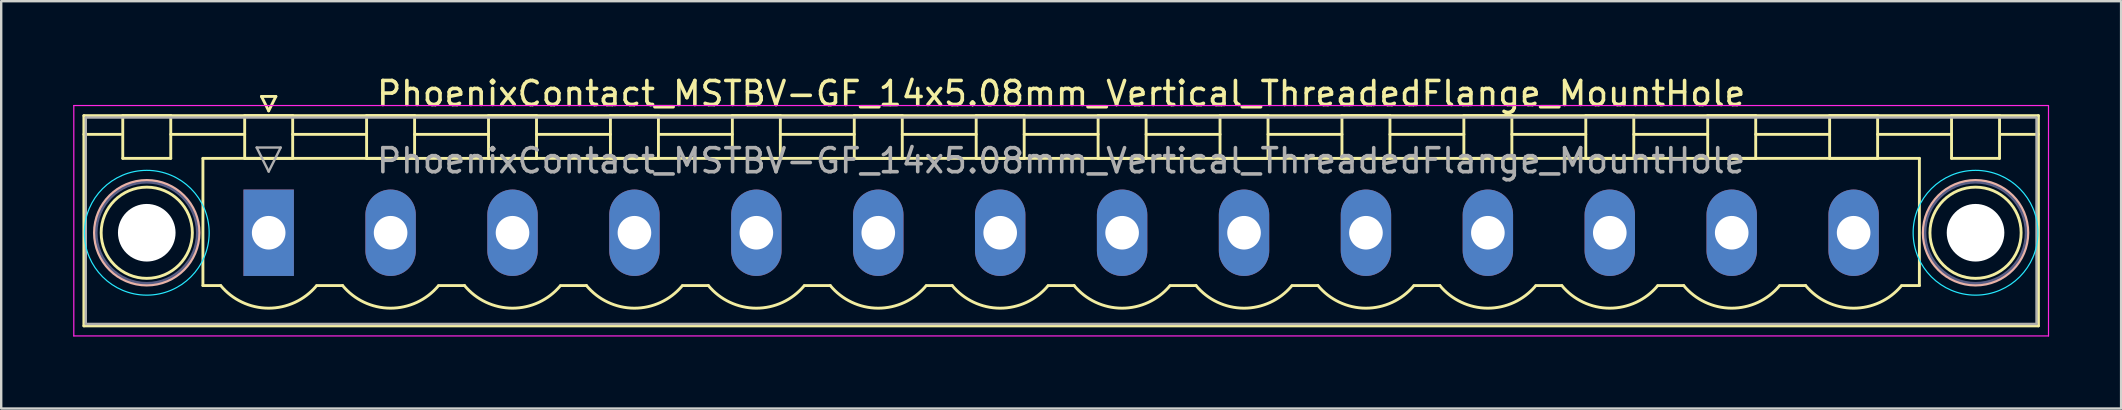
<source format=kicad_pcb>
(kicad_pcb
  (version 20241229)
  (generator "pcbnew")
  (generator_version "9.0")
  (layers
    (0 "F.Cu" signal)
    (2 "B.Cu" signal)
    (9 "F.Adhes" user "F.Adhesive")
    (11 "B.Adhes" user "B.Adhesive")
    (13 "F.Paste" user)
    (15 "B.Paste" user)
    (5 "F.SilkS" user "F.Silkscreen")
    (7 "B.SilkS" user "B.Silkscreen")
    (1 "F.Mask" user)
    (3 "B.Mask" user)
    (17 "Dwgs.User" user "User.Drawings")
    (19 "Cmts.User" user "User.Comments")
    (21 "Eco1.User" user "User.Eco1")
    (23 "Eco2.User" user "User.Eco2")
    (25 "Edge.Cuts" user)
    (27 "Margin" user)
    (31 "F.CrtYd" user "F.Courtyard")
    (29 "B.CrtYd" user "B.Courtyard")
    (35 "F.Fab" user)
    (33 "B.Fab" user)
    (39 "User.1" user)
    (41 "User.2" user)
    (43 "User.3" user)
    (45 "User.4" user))
  (footprint "PhoenixContact_MSTBV-GF_14x5.08mm_Vertical_ThreadedFlange_MountHole"
    (layer "F.Cu")
    (at 8.145 6.648)
    (property "Reference" "PhoenixContact_MSTBV-GF_14x5.08mm_Vertical_ThreadedFlange_MountHole" (at 33.02 -5.8 0) (layer "F.SilkS") (effects (font (size 1 1) (thickness 0.15))))
    (attr through_hole)
    (fp_line (start -7.7 -4.88) (end -7.7 3.88) (stroke (width 0.12) (type solid)) (layer "F.SilkS"))
    (fp_line (start -7.7 -4.1) (end -6.16 -4.1) (stroke (width 0.12) (type solid)) (layer "F.SilkS"))
    (fp_line (start -7.7 3.88) (end 73.74 3.88) (stroke (width 0.12) (type solid)) (layer "F.SilkS"))
    (fp_line (start -6.08 -4.88) (end -4.08 -4.88) (stroke (width 0.12) (type solid)) (layer "F.SilkS"))
    (fp_line (start -6.08 -3.1) (end -6.08 -4.88) (stroke (width 0.12) (type solid)) (layer "F.SilkS"))
    (fp_line (start -4.08 -4.88) (end -4.08 -3.1) (stroke (width 0.12) (type solid)) (layer "F.SilkS"))
    (fp_line (start -4.08 -4.1) (end -1 -4.1) (stroke (width 0.12) (type solid)) (layer "F.SilkS"))
    (fp_line (start -4.08 -3.1) (end -6.08 -3.1) (stroke (width 0.12) (type solid)) (layer "F.SilkS"))
    (fp_line (start -2.74 -3.1) (end 68.78 -3.1) (stroke (width 0.12) (type solid)) (layer "F.SilkS"))
    (fp_line (start -2.74 2.2) (end -2.74 -3.1) (stroke (width 0.12) (type solid)) (layer "F.SilkS"))
    (fp_line (start -2 2.2) (end -2.74 2.2) (stroke (width 0.12) (type solid)) (layer "F.SilkS"))
    (fp_line (start -1 -4.88) (end 1 -4.88) (stroke (width 0.12) (type solid)) (layer "F.SilkS"))
    (fp_line (start -1 -3.1) (end -1 -4.88) (stroke (width 0.12) (type solid)) (layer "F.SilkS"))
    (fp_line (start -0.3 -5.68) (end 0.3 -5.68) (stroke (width 0.12) (type solid)) (layer "F.SilkS"))
    (fp_line (start 0 -5.08) (end -0.3 -5.68) (stroke (width 0.12) (type solid)) (layer "F.SilkS"))
    (fp_line (start 0.3 -5.68) (end 0 -5.08) (stroke (width 0.12) (type solid)) (layer "F.SilkS"))
    (fp_line (start 1 -4.88) (end 1 -3.1) (stroke (width 0.12) (type solid)) (layer "F.SilkS"))
    (fp_line (start 1 -4.1) (end 4.08 -4.1) (stroke (width 0.12) (type solid)) (layer "F.SilkS"))
    (fp_line (start 1 -3.1) (end -1 -3.1) (stroke (width 0.12) (type solid)) (layer "F.SilkS"))
    (fp_line (start 2 2.2) (end 3.08 2.2) (stroke (width 0.12) (type solid)) (layer "F.SilkS"))
    (fp_line (start 4.08 -4.88) (end 6.08 -4.88) (stroke (width 0.12) (type solid)) (layer "F.SilkS"))
    (fp_line (start 4.08 -3.1) (end 4.08 -4.88) (stroke (width 0.12) (type solid)) (layer "F.SilkS"))
    (fp_line (start 6.08 -4.88) (end 6.08 -3.1) (stroke (width 0.12) (type solid)) (layer "F.SilkS"))
    (fp_line (start 6.08 -4.1) (end 9.16 -4.1) (stroke (width 0.12) (type solid)) (layer "F.SilkS"))
    (fp_line (start 6.08 -3.1) (end 4.08 -3.1) (stroke (width 0.12) (type solid)) (layer "F.SilkS"))
    (fp_line (start 7.08 2.2) (end 8.16 2.2) (stroke (width 0.12) (type solid)) (layer "F.SilkS"))
    (fp_line (start 9.16 -4.88) (end 11.16 -4.88) (stroke (width 0.12) (type solid)) (layer "F.SilkS"))
    (fp_line (start 9.16 -3.1) (end 9.16 -4.88) (stroke (width 0.12) (type solid)) (layer "F.SilkS"))
    (fp_line (start 11.16 -4.88) (end 11.16 -3.1) (stroke (width 0.12) (type solid)) (layer "F.SilkS"))
    (fp_line (start 11.16 -4.1) (end 14.24 -4.1) (stroke (width 0.12) (type solid)) (layer "F.SilkS"))
    (fp_line (start 11.16 -3.1) (end 9.16 -3.1) (stroke (width 0.12) (type solid)) (layer "F.SilkS"))
    (fp_line (start 12.16 2.2) (end 13.24 2.2) (stroke (width 0.12) (type solid)) (layer "F.SilkS"))
    (fp_line (start 14.24 -4.88) (end 16.24 -4.88) (stroke (width 0.12) (type solid)) (layer "F.SilkS"))
    (fp_line (start 14.24 -3.1) (end 14.24 -4.88) (stroke (width 0.12) (type solid)) (layer "F.SilkS"))
    (fp_line (start 16.24 -4.88) (end 16.24 -3.1) (stroke (width 0.12) (type solid)) (layer "F.SilkS"))
    (fp_line (start 16.24 -4.1) (end 19.32 -4.1) (stroke (width 0.12) (type solid)) (layer "F.SilkS"))
    (fp_line (start 16.24 -3.1) (end 14.24 -3.1) (stroke (width 0.12) (type solid)) (layer "F.SilkS"))
    (fp_line (start 17.24 2.2) (end 18.32 2.2) (stroke (width 0.12) (type solid)) (layer "F.SilkS"))
    (fp_line (start 19.32 -4.88) (end 21.32 -4.88) (stroke (width 0.12) (type solid)) (layer "F.SilkS"))
    (fp_line (start 19.32 -3.1) (end 19.32 -4.88) (stroke (width 0.12) (type solid)) (layer "F.SilkS"))
    (fp_line (start 21.32 -4.88) (end 21.32 -3.1) (stroke (width 0.12) (type solid)) (layer "F.SilkS"))
    (fp_line (start 21.32 -4.1) (end 24.4 -4.1) (stroke (width 0.12) (type solid)) (layer "F.SilkS"))
    (fp_line (start 21.32 -3.1) (end 19.32 -3.1) (stroke (width 0.12) (type solid)) (layer "F.SilkS"))
    (fp_line (start 22.32 2.2) (end 23.4 2.2) (stroke (width 0.12) (type solid)) (layer "F.SilkS"))
    (fp_line (start 24.4 -4.88) (end 26.4 -4.88) (stroke (width 0.12) (type solid)) (layer "F.SilkS"))
    (fp_line (start 24.4 -3.1) (end 24.4 -4.88) (stroke (width 0.12) (type solid)) (layer "F.SilkS"))
    (fp_line (start 26.4 -4.88) (end 26.4 -3.1) (stroke (width 0.12) (type solid)) (layer "F.SilkS"))
    (fp_line (start 26.4 -4.1) (end 29.48 -4.1) (stroke (width 0.12) (type solid)) (layer "F.SilkS"))
    (fp_line (start 26.4 -3.1) (end 24.4 -3.1) (stroke (width 0.12) (type solid)) (layer "F.SilkS"))
    (fp_line (start 27.4 2.2) (end 28.48 2.2) (stroke (width 0.12) (type solid)) (layer "F.SilkS"))
    (fp_line (start 29.48 -4.88) (end 31.48 -4.88) (stroke (width 0.12) (type solid)) (layer "F.SilkS"))
    (fp_line (start 29.48 -3.1) (end 29.48 -4.88) (stroke (width 0.12) (type solid)) (layer "F.SilkS"))
    (fp_line (start 31.48 -4.88) (end 31.48 -3.1) (stroke (width 0.12) (type solid)) (layer "F.SilkS"))
    (fp_line (start 31.48 -4.1) (end 34.56 -4.1) (stroke (width 0.12) (type solid)) (layer "F.SilkS"))
    (fp_line (start 31.48 -3.1) (end 29.48 -3.1) (stroke (width 0.12) (type solid)) (layer "F.SilkS"))
    (fp_line (start 32.48 2.2) (end 33.56 2.2) (stroke (width 0.12) (type solid)) (layer "F.SilkS"))
    (fp_line (start 34.56 -4.88) (end 36.56 -4.88) (stroke (width 0.12) (type solid)) (layer "F.SilkS"))
    (fp_line (start 34.56 -3.1) (end 34.56 -4.88) (stroke (width 0.12) (type solid)) (layer "F.SilkS"))
    (fp_line (start 36.56 -4.88) (end 36.56 -3.1) (stroke (width 0.12) (type solid)) (layer "F.SilkS"))
    (fp_line (start 36.56 -4.1) (end 39.64 -4.1) (stroke (width 0.12) (type solid)) (layer "F.SilkS"))
    (fp_line (start 36.56 -3.1) (end 34.56 -3.1) (stroke (width 0.12) (type solid)) (layer "F.SilkS"))
    (fp_line (start 37.56 2.2) (end 38.64 2.2) (stroke (width 0.12) (type solid)) (layer "F.SilkS"))
    (fp_line (start 39.64 -4.88) (end 41.64 -4.88) (stroke (width 0.12) (type solid)) (layer "F.SilkS"))
    (fp_line (start 39.64 -3.1) (end 39.64 -4.88) (stroke (width 0.12) (type solid)) (layer "F.SilkS"))
    (fp_line (start 41.64 -4.88) (end 41.64 -3.1) (stroke (width 0.12) (type solid)) (layer "F.SilkS"))
    (fp_line (start 41.64 -4.1) (end 44.72 -4.1) (stroke (width 0.12) (type solid)) (layer "F.SilkS"))
    (fp_line (start 41.64 -3.1) (end 39.64 -3.1) (stroke (width 0.12) (type solid)) (layer "F.SilkS"))
    (fp_line (start 42.64 2.2) (end 43.72 2.2) (stroke (width 0.12) (type solid)) (layer "F.SilkS"))
    (fp_line (start 44.72 -4.88) (end 46.72 -4.88) (stroke (width 0.12) (type solid)) (layer "F.SilkS"))
    (fp_line (start 44.72 -3.1) (end 44.72 -4.88) (stroke (width 0.12) (type solid)) (layer "F.SilkS"))
    (fp_line (start 46.72 -4.88) (end 46.72 -3.1) (stroke (width 0.12) (type solid)) (layer "F.SilkS"))
    (fp_line (start 46.72 -4.1) (end 49.8 -4.1) (stroke (width 0.12) (type solid)) (layer "F.SilkS"))
    (fp_line (start 46.72 -3.1) (end 44.72 -3.1) (stroke (width 0.12) (type solid)) (layer "F.SilkS"))
    (fp_line (start 47.72 2.2) (end 48.8 2.2) (stroke (width 0.12) (type solid)) (layer "F.SilkS"))
    (fp_line (start 49.8 -4.88) (end 51.8 -4.88) (stroke (width 0.12) (type solid)) (layer "F.SilkS"))
    (fp_line (start 49.8 -3.1) (end 49.8 -4.88) (stroke (width 0.12) (type solid)) (layer "F.SilkS"))
    (fp_line (start 51.8 -4.88) (end 51.8 -3.1) (stroke (width 0.12) (type solid)) (layer "F.SilkS"))
    (fp_line (start 51.8 -4.1) (end 54.88 -4.1) (stroke (width 0.12) (type solid)) (layer "F.SilkS"))
    (fp_line (start 51.8 -3.1) (end 49.8 -3.1) (stroke (width 0.12) (type solid)) (layer "F.SilkS"))
    (fp_line (start 52.8 2.2) (end 53.88 2.2) (stroke (width 0.12) (type solid)) (layer "F.SilkS"))
    (fp_line (start 54.88 -4.88) (end 56.88 -4.88) (stroke (width 0.12) (type solid)) (layer "F.SilkS"))
    (fp_line (start 54.88 -3.1) (end 54.88 -4.88) (stroke (width 0.12) (type solid)) (layer "F.SilkS"))
    (fp_line (start 56.88 -4.88) (end 56.88 -3.1) (stroke (width 0.12) (type solid)) (layer "F.SilkS"))
    (fp_line (start 56.88 -4.1) (end 59.96 -4.1) (stroke (width 0.12) (type solid)) (layer "F.SilkS"))
    (fp_line (start 56.88 -3.1) (end 54.88 -3.1) (stroke (width 0.12) (type solid)) (layer "F.SilkS"))
    (fp_line (start 57.88 2.2) (end 58.96 2.2) (stroke (width 0.12) (type solid)) (layer "F.SilkS"))
    (fp_line (start 59.96 -4.88) (end 61.96 -4.88) (stroke (width 0.12) (type solid)) (layer "F.SilkS"))
    (fp_line (start 59.96 -3.1) (end 59.96 -4.88) (stroke (width 0.12) (type solid)) (layer "F.SilkS"))
    (fp_line (start 61.96 -4.88) (end 61.96 -3.1) (stroke (width 0.12) (type solid)) (layer "F.SilkS"))
    (fp_line (start 61.96 -4.1) (end 65.04 -4.1) (stroke (width 0.12) (type solid)) (layer "F.SilkS"))
    (fp_line (start 61.96 -3.1) (end 59.96 -3.1) (stroke (width 0.12) (type solid)) (layer "F.SilkS"))
    (fp_line (start 62.96 2.2) (end 64.04 2.2) (stroke (width 0.12) (type solid)) (layer "F.SilkS"))
    (fp_line (start 65.04 -4.88) (end 67.04 -4.88) (stroke (width 0.12) (type solid)) (layer "F.SilkS"))
    (fp_line (start 65.04 -3.1) (end 65.04 -4.88) (stroke (width 0.12) (type solid)) (layer "F.SilkS"))
    (fp_line (start 67.04 -4.88) (end 67.04 -3.1) (stroke (width 0.12) (type solid)) (layer "F.SilkS"))
    (fp_line (start 67.04 -4.1) (end 70.12 -4.1) (stroke (width 0.12) (type solid)) (layer "F.SilkS"))
    (fp_line (start 67.04 -3.1) (end 65.04 -3.1) (stroke (width 0.12) (type solid)) (layer "F.SilkS"))
    (fp_line (start 68.78 -3.1) (end 68.78 2.2) (stroke (width 0.12) (type solid)) (layer "F.SilkS"))
    (fp_line (start 68.78 2.2) (end 68.04 2.2) (stroke (width 0.12) (type solid)) (layer "F.SilkS"))
    (fp_line (start 70.12 -4.88) (end 72.12 -4.88) (stroke (width 0.12) (type solid)) (layer "F.SilkS"))
    (fp_line (start 70.12 -3.1) (end 70.12 -4.88) (stroke (width 0.12) (type solid)) (layer "F.SilkS"))
    (fp_line (start 72.12 -4.88) (end 72.12 -3.1) (stroke (width 0.12) (type solid)) (layer "F.SilkS"))
    (fp_line (start 72.12 -3.1) (end 70.12 -3.1) (stroke (width 0.12) (type solid)) (layer "F.SilkS"))
    (fp_line (start 73.74 -4.88) (end -7.7 -4.88) (stroke (width 0.12) (type solid)) (layer "F.SilkS"))
    (fp_line (start 73.74 -4.1) (end 72.2 -4.1) (stroke (width 0.12) (type solid)) (layer "F.SilkS"))
    (fp_line (start 73.74 3.88) (end 73.74 -4.88) (stroke (width 0.12) (type solid)) (layer "F.SilkS"))
    (fp_arc (start 1.986842 2.215821) (mid -0.010289 3.142758) (end -2 2.2) (stroke (width 0.12) (type solid)) (layer "F.SilkS"))
    (fp_arc (start 7.066842 2.215821) (mid 5.069711 3.142758) (end 3.08 2.2) (stroke (width 0.12) (type solid)) (layer "F.SilkS"))
    (fp_arc (start 12.146842 2.215821) (mid 10.149711 3.142758) (end 8.16 2.2) (stroke (width 0.12) (type solid)) (layer "F.SilkS"))
    (fp_arc (start 17.226842 2.215821) (mid 15.229711 3.142758) (end 13.24 2.2) (stroke (width 0.12) (type solid)) (layer "F.SilkS"))
    (fp_arc (start 22.306842 2.215821) (mid 20.309711 3.142758) (end 18.32 2.2) (stroke (width 0.12) (type solid)) (layer "F.SilkS"))
    (fp_arc (start 27.386842 2.215821) (mid 25.389711 3.142758) (end 23.4 2.2) (stroke (width 0.12) (type solid)) (layer "F.SilkS"))
    (fp_arc (start 32.466842 2.215821) (mid 30.469711 3.142758) (end 28.48 2.2) (stroke (width 0.12) (type solid)) (layer "F.SilkS"))
    (fp_arc (start 37.546842 2.215821) (mid 35.549711 3.142758) (end 33.56 2.2) (stroke (width 0.12) (type solid)) (layer "F.SilkS"))
    (fp_arc (start 42.626842 2.215821) (mid 40.629711 3.142758) (end 38.64 2.2) (stroke (width 0.12) (type solid)) (layer "F.SilkS"))
    (fp_arc (start 47.706842 2.215821) (mid 45.709711 3.142758) (end 43.72 2.2) (stroke (width 0.12) (type solid)) (layer "F.SilkS"))
    (fp_arc (start 52.786842 2.215821) (mid 50.789711 3.142758) (end 48.8 2.2) (stroke (width 0.12) (type solid)) (layer "F.SilkS"))
    (fp_arc (start 57.866842 2.215821) (mid 55.869711 3.142758) (end 53.88 2.2) (stroke (width 0.12) (type solid)) (layer "F.SilkS"))
    (fp_arc (start 62.946842 2.215821) (mid 60.949711 3.142758) (end 58.96 2.2) (stroke (width 0.12) (type solid)) (layer "F.SilkS"))
    (fp_arc (start 68.026842 2.215821) (mid 66.029711 3.142758) (end 64.04 2.2) (stroke (width 0.12) (type solid)) (layer "F.SilkS"))
    (fp_circle (center -5.08 0) (end -3.18 0) (stroke (width 0.12) (type solid)) (fill no) (layer "F.SilkS"))
    (fp_circle (center 71.12 0) (end 73.02 0) (stroke (width 0.12) (type solid)) (fill no) (layer "F.SilkS"))
    (fp_circle (center -5.08 0) (end -2.9 0) (stroke (width 0.12) (type solid)) (fill no) (layer "B.SilkS"))
    (fp_circle (center 71.12 0) (end 73.3 0) (stroke (width 0.12) (type solid)) (fill no) (layer "B.SilkS"))
    (fp_circle (center -5.08 0) (end -2.48 0) (stroke (width 0.05) (type solid)) (fill no) (layer "B.CrtYd"))
    (fp_circle (center 71.12 0) (end 73.72 0) (stroke (width 0.05) (type solid)) (fill no) (layer "B.CrtYd"))
    (fp_line (start -8.12 -5.3) (end -8.12 4.3) (stroke (width 0.05) (type solid)) (layer "F.CrtYd"))
    (fp_line (start -8.12 4.3) (end 74.16 4.3) (stroke (width 0.05) (type solid)) (layer "F.CrtYd"))
    (fp_line (start 74.16 -5.3) (end -8.12 -5.3) (stroke (width 0.05) (type solid)) (layer "F.CrtYd"))
    (fp_line (start 74.16 4.3) (end 74.16 -5.3) (stroke (width 0.05) (type solid)) (layer "F.CrtYd"))
    (fp_circle (center -5.08 0) (end -2.98 0) (stroke (width 0.1) (type solid)) (fill no) (layer "B.Fab"))
    (fp_circle (center 71.12 0) (end 73.22 0) (stroke (width 0.1) (type solid)) (fill no) (layer "B.Fab"))
    (fp_line (start -7.62 -4.8) (end -7.62 3.8) (stroke (width 0.1) (type solid)) (layer "F.Fab"))
    (fp_line (start -7.62 3.8) (end 73.66 3.8) (stroke (width 0.1) (type solid)) (layer "F.Fab"))
    (fp_line (start -0.5 -3.55) (end 0.5 -3.55) (stroke (width 0.1) (type solid)) (layer "F.Fab"))
    (fp_line (start 0 -2.55) (end -0.5 -3.55) (stroke (width 0.1) (type solid)) (layer "F.Fab"))
    (fp_line (start 0.5 -3.55) (end 0 -2.55) (stroke (width 0.1) (type solid)) (layer "F.Fab"))
    (fp_line (start 73.66 -4.8) (end -7.62 -4.8) (stroke (width 0.1) (type solid)) (layer "F.Fab"))
    (fp_line (start 73.66 3.8) (end 73.66 -4.8) (stroke (width 0.1) (type solid)) (layer "F.Fab"))
    (fp_text user "${REFERENCE}" (at 33.02 -3 0) (layer "F.Fab") (effects (font (size 1 1) (thickness 0.15))))
    (pad "" np_thru_hole circle (at -5.08 0) (size 2.4 2.4) (drill 2.4) (layers "*.Cu" "*.Mask"))
    (pad "" np_thru_hole circle (at 71.12 0) (size 2.4 2.4) (drill 2.4) (layers "*.Cu" "*.Mask"))
    (pad "1" thru_hole rect (at 0 0) (size 2.1 3.6) (drill 1.4) (layers "*.Cu" "*.Mask"))
    (pad "2" thru_hole oval (at 5.08 0) (size 2.1 3.6) (drill 1.4) (layers "*.Cu" "*.Mask"))
    (pad "3" thru_hole oval (at 10.16 0) (size 2.1 3.6) (drill 1.4) (layers "*.Cu" "*.Mask"))
    (pad "4" thru_hole oval (at 15.24 0) (size 2.1 3.6) (drill 1.4) (layers "*.Cu" "*.Mask"))
    (pad "5" thru_hole oval (at 20.32 0) (size 2.1 3.6) (drill 1.4) (layers "*.Cu" "*.Mask"))
    (pad "6" thru_hole oval (at 25.4 0) (size 2.1 3.6) (drill 1.4) (layers "*.Cu" "*.Mask"))
    (pad "7" thru_hole oval (at 30.48 0) (size 2.1 3.6) (drill 1.4) (layers "*.Cu" "*.Mask"))
    (pad "8" thru_hole oval (at 35.56 0) (size 2.1 3.6) (drill 1.4) (layers "*.Cu" "*.Mask"))
    (pad "9" thru_hole oval (at 40.64 0) (size 2.1 3.6) (drill 1.4) (layers "*.Cu" "*.Mask"))
    (pad "10" thru_hole oval (at 45.72 0) (size 2.1 3.6) (drill 1.4) (layers "*.Cu" "*.Mask"))
    (pad "11" thru_hole oval (at 50.8 0) (size 2.1 3.6) (drill 1.4) (layers "*.Cu" "*.Mask"))
    (pad "12" thru_hole oval (at 55.88 0) (size 2.1 3.6) (drill 1.4) (layers "*.Cu" "*.Mask"))
    (pad "13" thru_hole oval (at 60.96 0) (size 2.1 3.6) (drill 1.4) (layers "*.Cu" "*.Mask"))
    (pad "14" thru_hole oval (at 66.04 0) (size 2.1 3.6) (drill 1.4) (layers "*.Cu" "*.Mask")))
  (gr_rect
    (start -3 -3)
    (end 85.33 13.973)
    (stroke (width 0.1) (type default))
    (fill no)
    (layer "Edge.Cuts")))
</source>
